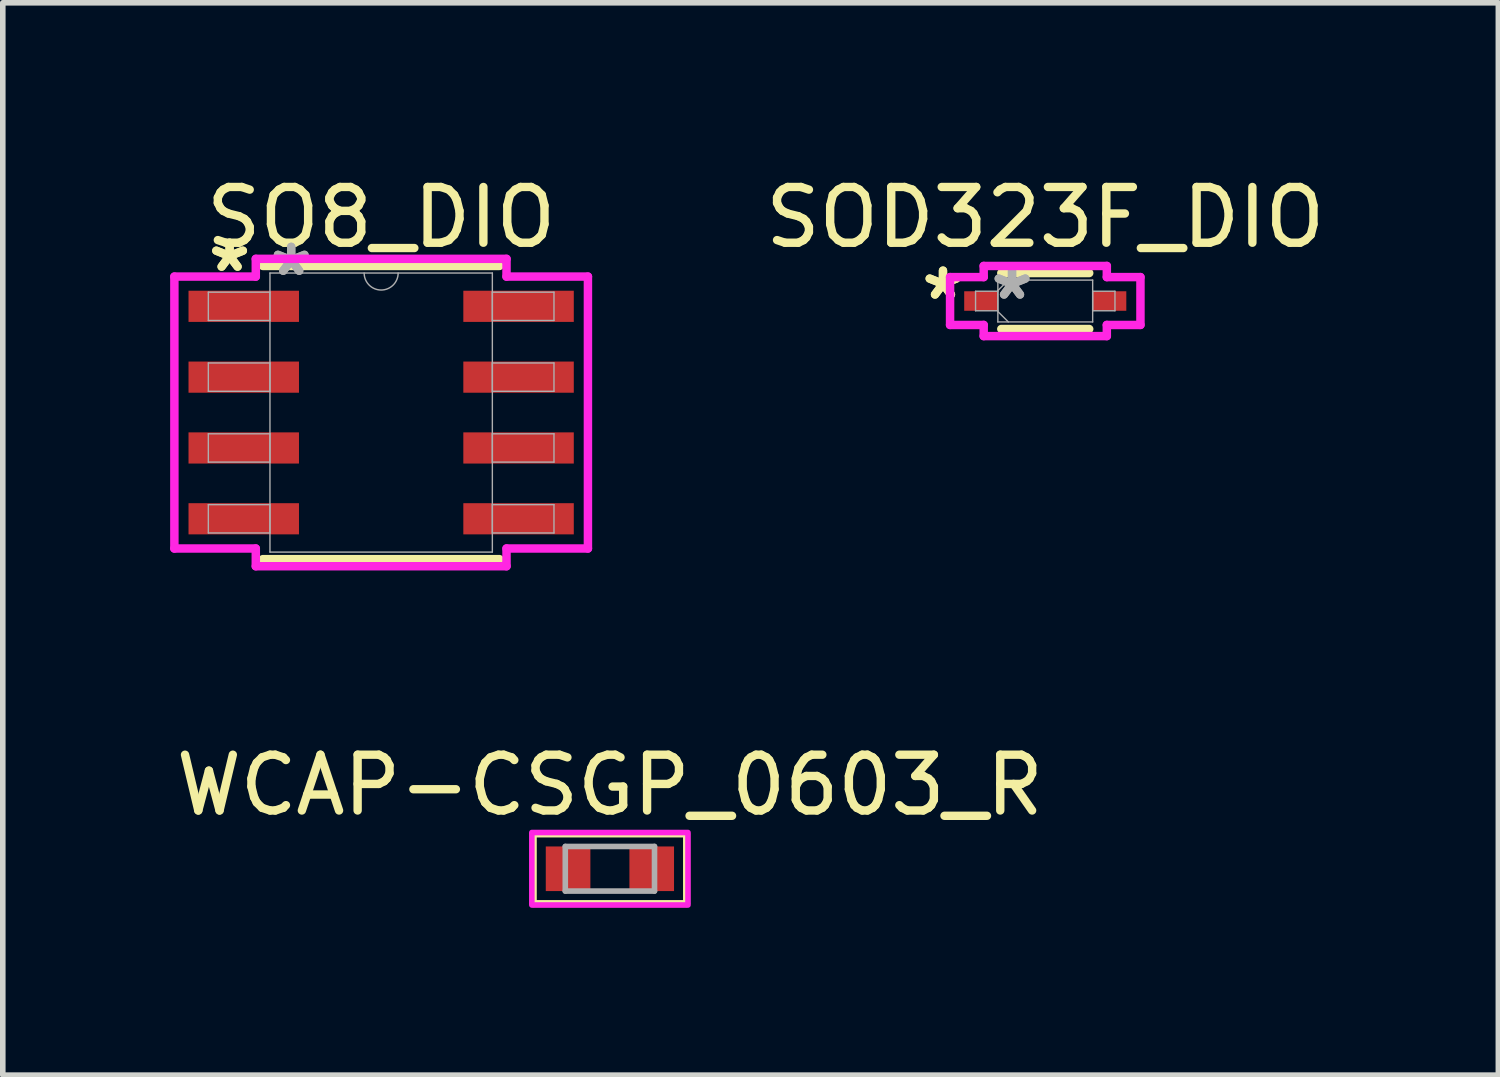
<source format=kicad_pcb>
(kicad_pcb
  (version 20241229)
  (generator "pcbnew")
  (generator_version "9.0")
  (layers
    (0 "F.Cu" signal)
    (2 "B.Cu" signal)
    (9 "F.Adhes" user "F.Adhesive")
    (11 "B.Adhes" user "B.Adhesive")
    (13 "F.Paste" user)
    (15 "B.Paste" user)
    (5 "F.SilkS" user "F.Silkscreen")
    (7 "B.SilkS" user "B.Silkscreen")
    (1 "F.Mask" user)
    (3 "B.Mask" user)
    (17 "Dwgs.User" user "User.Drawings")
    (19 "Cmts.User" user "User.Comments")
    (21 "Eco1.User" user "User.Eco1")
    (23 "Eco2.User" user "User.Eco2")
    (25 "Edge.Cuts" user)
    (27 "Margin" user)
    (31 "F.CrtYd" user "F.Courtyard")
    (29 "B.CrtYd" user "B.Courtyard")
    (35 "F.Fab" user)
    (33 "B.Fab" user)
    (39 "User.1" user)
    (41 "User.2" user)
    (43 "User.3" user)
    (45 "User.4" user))
  (footprint "WCAP-CSGP_0603_R"
    (layer "F.Cu")
    (at 7.887 12.529)
    (property "Reference" "WCAP-CSGP_0603_R" (at 0 -1.5 0) (layer "F.SilkS") (effects (font (size 1 1) (thickness 0.15))))
    (attr smd)
    (fp_line (start -1.375 -0.625) (end 1.375 -0.625) (stroke (width 0.127) (type solid)) (layer "F.SilkS"))
    (fp_line (start -1.375 0.625) (end -1.375 -0.625) (stroke (width 0.127) (type solid)) (layer "F.SilkS"))
    (fp_line (start 1.375 -0.625) (end 1.375 0.625) (stroke (width 0.127) (type solid)) (layer "F.SilkS"))
    (fp_line (start 1.375 0.625) (end -1.375 0.625) (stroke (width 0.127) (type solid)) (layer "F.SilkS"))
    (fp_poly (pts (xy -1.4 -0.65) (xy 1.4 -0.65) (xy 1.4 0.65) (xy -1.4 0.65)) (stroke (width 0.1) (type solid)) (fill no) (layer "F.CrtYd"))
    (fp_line (start -0.8 -0.4) (end -0.8 0.4) (stroke (width 0.1) (type solid)) (layer "F.Fab"))
    (fp_line (start -0.8 -0.4) (end 0.8 -0.4) (stroke (width 0.1) (type solid)) (layer "F.Fab"))
    (fp_line (start -0.8 0.4) (end 0.8 0.4) (stroke (width 0.1) (type solid)) (layer "F.Fab"))
    (fp_line (start 0.8 0.4) (end 0.8 -0.4) (stroke (width 0.1) (type solid)) (layer "F.Fab"))
    (pad "1" smd rect (at -0.75 0) (size 0.8 0.8) (layers "F.Cu" "F.Mask" "F.Paste"))
    (pad "2" smd rect (at 0.75 0) (size 0.8 0.8) (layers "F.Cu" "F.Mask" "F.Paste")))
  (footprint "SOD323F_DIO"
    (layer "F.Cu")
    (at 15.694 2.348)
    (property "Reference" "SOD323F_DIO" (at 0 -1.5 0) (unlocked yes) (layer "F.SilkS") (effects (font (size 1 1) (thickness 0.15))))
    (attr smd)
    (fp_line (start -0.788 0.502) (end 0.788 0.502) (stroke (width 0.152) (type solid)) (layer "F.SilkS"))
    (fp_line (start 0.788 -0.502) (end -0.788 -0.502) (stroke (width 0.152) (type solid)) (layer "F.SilkS"))
    (fp_line (start -1.707 -0.429) (end -1.104 -0.429) (stroke (width 0.152) (type solid)) (layer "F.CrtYd"))
    (fp_line (start -1.707 0.429) (end -1.707 -0.429) (stroke (width 0.152) (type solid)) (layer "F.CrtYd"))
    (fp_line (start -1.104 -0.629) (end 1.104 -0.629) (stroke (width 0.152) (type solid)) (layer "F.CrtYd"))
    (fp_line (start -1.104 -0.429) (end -1.104 -0.629) (stroke (width 0.152) (type solid)) (layer "F.CrtYd"))
    (fp_line (start -1.104 0.429) (end -1.707 0.429) (stroke (width 0.152) (type solid)) (layer "F.CrtYd"))
    (fp_line (start -1.104 0.629) (end -1.104 0.429) (stroke (width 0.152) (type solid)) (layer "F.CrtYd"))
    (fp_line (start 1.104 -0.629) (end 1.104 -0.429) (stroke (width 0.152) (type solid)) (layer "F.CrtYd"))
    (fp_line (start 1.104 -0.429) (end 1.707 -0.429) (stroke (width 0.152) (type solid)) (layer "F.CrtYd"))
    (fp_line (start 1.104 0.429) (end 1.104 0.629) (stroke (width 0.152) (type solid)) (layer "F.CrtYd"))
    (fp_line (start 1.104 0.629) (end -1.104 0.629) (stroke (width 0.152) (type solid)) (layer "F.CrtYd"))
    (fp_line (start 1.707 -0.429) (end 1.707 0.429) (stroke (width 0.152) (type solid)) (layer "F.CrtYd"))
    (fp_line (start 1.707 0.429) (end 1.104 0.429) (stroke (width 0.152) (type solid)) (layer "F.CrtYd"))
    (fp_line (start -1.25 -0.175) (end -1.25 0.175) (stroke (width 0.025) (type solid)) (layer "F.Fab"))
    (fp_line (start -1.25 0.175) (end -0.85 0.175) (stroke (width 0.025) (type solid)) (layer "F.Fab"))
    (fp_line (start -0.85 -0.375) (end -0.85 0.375) (stroke (width 0.025) (type solid)) (layer "F.Fab"))
    (fp_line (start -0.85 -0.188) (end -0.662 -0.375) (stroke (width 0.025) (type solid)) (layer "F.Fab"))
    (fp_line (start -0.85 -0.175) (end -1.25 -0.175) (stroke (width 0.025) (type solid)) (layer "F.Fab"))
    (fp_line (start -0.85 0.175) (end -0.85 -0.175) (stroke (width 0.025) (type solid)) (layer "F.Fab"))
    (fp_line (start -0.85 0.188) (end -0.662 0.375) (stroke (width 0.025) (type solid)) (layer "F.Fab"))
    (fp_line (start -0.85 0.375) (end 0.85 0.375) (stroke (width 0.025) (type solid)) (layer "F.Fab"))
    (fp_line (start 0.85 -0.375) (end -0.85 -0.375) (stroke (width 0.025) (type solid)) (layer "F.Fab"))
    (fp_line (start 0.85 -0.175) (end 0.85 0.175) (stroke (width 0.025) (type solid)) (layer "F.Fab"))
    (fp_line (start 0.85 0.175) (end 1.25 0.175) (stroke (width 0.025) (type solid)) (layer "F.Fab"))
    (fp_line (start 0.85 0.375) (end 0.85 -0.375) (stroke (width 0.025) (type solid)) (layer "F.Fab"))
    (fp_line (start 1.25 -0.175) (end 0.85 -0.175) (stroke (width 0.025) (type solid)) (layer "F.Fab"))
    (fp_line (start 1.25 0.175) (end 1.25 -0.175) (stroke (width 0.025) (type solid)) (layer "F.Fab"))
    (fp_text user "*" (at -1.834 0 0) (layer "F.SilkS") (effects (font (size 1 1) (thickness 0.15))))
    (fp_text user "*" (at -1.834 0 0) (unlocked yes) (layer "F.SilkS") (effects (font (size 1 1) (thickness 0.15))))
    (fp_text user "*" (at -0.596 0 0) (unlocked yes) (layer "F.Fab") (effects (font (size 1 1) (thickness 0.15))))
    (fp_text user "*" (at -0.596 0 0) (layer "F.Fab") (effects (font (size 1 1) (thickness 0.15))))
    (pad "1" smd rect (at -1.152 0) (size 0.603 0.35) (layers "F.Cu" "F.Mask" "F.Paste"))
    (pad "2" smd rect (at 1.152 0) (size 0.603 0.35) (layers "F.Cu" "F.Mask" "F.Paste"))
    (zone (net_name "") (layer "F.Cu") (hatch full 0.508) (connect_pads) (min_thickness 0.254) (filled_areas_thickness no) (keepout (tracks not_allowed) (vias not_allowed) (pads allowed) (copperpour not_allowed) (footprints allowed)) (placement (enabled no)) (fill) (polygon (pts (xy 14.895 2.024) (xy 16.493 2.024) (xy 16.493 2.672) (xy 14.895 2.672)))))
  (footprint "SO8_DIO"
    (layer "F.Cu")
    (at 3.785 4.348)
    (property "Reference" "SO8_DIO" (at 0 -3.5 0) (unlocked yes) (layer "F.SilkS") (effects (font (size 1 1) (thickness 0.15))))
    (attr smd)
    (fp_line (start -2.121 2.629) (end 2.121 2.629) (stroke (width 0.152) (type solid)) (layer "F.SilkS"))
    (fp_line (start 2.121 -2.629) (end -2.121 -2.629) (stroke (width 0.152) (type solid)) (layer "F.SilkS"))
    (fp_line (start -3.708 -2.438) (end -2.248 -2.438) (stroke (width 0.152) (type solid)) (layer "F.CrtYd"))
    (fp_line (start -3.708 2.438) (end -3.708 -2.438) (stroke (width 0.152) (type solid)) (layer "F.CrtYd"))
    (fp_line (start -3.708 2.438) (end -2.248 2.438) (stroke (width 0.152) (type solid)) (layer "F.CrtYd"))
    (fp_line (start -2.248 -2.756) (end 2.248 -2.756) (stroke (width 0.152) (type solid)) (layer "F.CrtYd"))
    (fp_line (start -2.248 -2.438) (end -2.248 -2.756) (stroke (width 0.152) (type solid)) (layer "F.CrtYd"))
    (fp_line (start -2.248 2.756) (end -2.248 2.438) (stroke (width 0.152) (type solid)) (layer "F.CrtYd"))
    (fp_line (start 2.248 -2.756) (end 2.248 -2.438) (stroke (width 0.152) (type solid)) (layer "F.CrtYd"))
    (fp_line (start 2.248 2.438) (end 2.248 2.756) (stroke (width 0.152) (type solid)) (layer "F.CrtYd"))
    (fp_line (start 2.248 2.756) (end -2.248 2.756) (stroke (width 0.152) (type solid)) (layer "F.CrtYd"))
    (fp_line (start 3.708 -2.438) (end 2.248 -2.438) (stroke (width 0.152) (type solid)) (layer "F.CrtYd"))
    (fp_line (start 3.708 -2.438) (end 3.708 2.438) (stroke (width 0.152) (type solid)) (layer "F.CrtYd"))
    (fp_line (start 3.708 2.438) (end 2.248 2.438) (stroke (width 0.152) (type solid)) (layer "F.CrtYd"))
    (fp_line (start -3.099 -2.159) (end -3.099 -1.651) (stroke (width 0.025) (type solid)) (layer "F.Fab"))
    (fp_line (start -3.099 -1.651) (end -1.994 -1.651) (stroke (width 0.025) (type solid)) (layer "F.Fab"))
    (fp_line (start -3.099 -0.889) (end -3.099 -0.381) (stroke (width 0.025) (type solid)) (layer "F.Fab"))
    (fp_line (start -3.099 -0.381) (end -1.994 -0.381) (stroke (width 0.025) (type solid)) (layer "F.Fab"))
    (fp_line (start -3.099 0.381) (end -3.099 0.889) (stroke (width 0.025) (type solid)) (layer "F.Fab"))
    (fp_line (start -3.099 0.889) (end -1.994 0.889) (stroke (width 0.025) (type solid)) (layer "F.Fab"))
    (fp_line (start -3.099 1.651) (end -3.099 2.159) (stroke (width 0.025) (type solid)) (layer "F.Fab"))
    (fp_line (start -3.099 2.159) (end -1.994 2.159) (stroke (width 0.025) (type solid)) (layer "F.Fab"))
    (fp_line (start -1.994 -2.502) (end -1.994 2.502) (stroke (width 0.025) (type solid)) (layer "F.Fab"))
    (fp_line (start -1.994 -2.159) (end -3.099 -2.159) (stroke (width 0.025) (type solid)) (layer "F.Fab"))
    (fp_line (start -1.994 -1.651) (end -1.994 -2.159) (stroke (width 0.025) (type solid)) (layer "F.Fab"))
    (fp_line (start -1.994 -0.889) (end -3.099 -0.889) (stroke (width 0.025) (type solid)) (layer "F.Fab"))
    (fp_line (start -1.994 -0.381) (end -1.994 -0.889) (stroke (width 0.025) (type solid)) (layer "F.Fab"))
    (fp_line (start -1.994 0.381) (end -3.099 0.381) (stroke (width 0.025) (type solid)) (layer "F.Fab"))
    (fp_line (start -1.994 0.889) (end -1.994 0.381) (stroke (width 0.025) (type solid)) (layer "F.Fab"))
    (fp_line (start -1.994 1.651) (end -3.099 1.651) (stroke (width 0.025) (type solid)) (layer "F.Fab"))
    (fp_line (start -1.994 2.159) (end -1.994 1.651) (stroke (width 0.025) (type solid)) (layer "F.Fab"))
    (fp_line (start -1.994 2.502) (end 1.994 2.502) (stroke (width 0.025) (type solid)) (layer "F.Fab"))
    (fp_line (start 1.994 -2.502) (end -1.994 -2.502) (stroke (width 0.025) (type solid)) (layer "F.Fab"))
    (fp_line (start 1.994 -2.159) (end 1.994 -1.651) (stroke (width 0.025) (type solid)) (layer "F.Fab"))
    (fp_line (start 1.994 -1.651) (end 3.099 -1.651) (stroke (width 0.025) (type solid)) (layer "F.Fab"))
    (fp_line (start 1.994 -0.889) (end 1.994 -0.381) (stroke (width 0.025) (type solid)) (layer "F.Fab"))
    (fp_line (start 1.994 -0.381) (end 3.099 -0.381) (stroke (width 0.025) (type solid)) (layer "F.Fab"))
    (fp_line (start 1.994 0.381) (end 1.994 0.889) (stroke (width 0.025) (type solid)) (layer "F.Fab"))
    (fp_line (start 1.994 0.889) (end 3.099 0.889) (stroke (width 0.025) (type solid)) (layer "F.Fab"))
    (fp_line (start 1.994 1.651) (end 1.994 2.159) (stroke (width 0.025) (type solid)) (layer "F.Fab"))
    (fp_line (start 1.994 2.159) (end 3.099 2.159) (stroke (width 0.025) (type solid)) (layer "F.Fab"))
    (fp_line (start 1.994 2.502) (end 1.994 -2.502) (stroke (width 0.025) (type solid)) (layer "F.Fab"))
    (fp_line (start 3.099 -2.159) (end 1.994 -2.159) (stroke (width 0.025) (type solid)) (layer "F.Fab"))
    (fp_line (start 3.099 -1.651) (end 3.099 -2.159) (stroke (width 0.025) (type solid)) (layer "F.Fab"))
    (fp_line (start 3.099 -0.889) (end 1.994 -0.889) (stroke (width 0.025) (type solid)) (layer "F.Fab"))
    (fp_line (start 3.099 -0.381) (end 3.099 -0.889) (stroke (width 0.025) (type solid)) (layer "F.Fab"))
    (fp_line (start 3.099 0.381) (end 1.994 0.381) (stroke (width 0.025) (type solid)) (layer "F.Fab"))
    (fp_line (start 3.099 0.889) (end 3.099 0.381) (stroke (width 0.025) (type solid)) (layer "F.Fab"))
    (fp_line (start 3.099 1.651) (end 1.994 1.651) (stroke (width 0.025) (type solid)) (layer "F.Fab"))
    (fp_line (start 3.099 2.159) (end 3.099 1.651) (stroke (width 0.025) (type solid)) (layer "F.Fab"))
    (fp_arc (start 0.3048 -2.5019) (mid 0 -2.1971) (end -0.3048 -2.5019) (stroke (width 0.0254) (type solid)) (layer "F.Fab"))
    (fp_text user "*" (at -2.718 -2.5 0) (layer "F.SilkS") (effects (font (size 1 1) (thickness 0.15))))
    (fp_text user "*" (at -2.718 -2.5 0) (unlocked yes) (layer "F.SilkS") (effects (font (size 1 1) (thickness 0.15))))
    (fp_text user "*" (at -1.613 -2.426 0) (unlocked yes) (layer "F.Fab") (effects (font (size 1 1) (thickness 0.15))))
    (fp_text user "*" (at -1.613 -2.426 0) (layer "F.Fab") (effects (font (size 1 1) (thickness 0.15))))
    (pad "1" smd rect (at -2.464 -1.905) (size 1.981 0.559) (layers "F.Cu" "F.Mask" "F.Paste"))
    (pad "2" smd rect (at -2.464 -0.635) (size 1.981 0.559) (layers "F.Cu" "F.Mask" "F.Paste"))
    (pad "3" smd rect (at -2.464 0.635) (size 1.981 0.559) (layers "F.Cu" "F.Mask" "F.Paste"))
    (pad "4" smd rect (at -2.464 1.905) (size 1.981 0.559) (layers "F.Cu" "F.Mask" "F.Paste"))
    (pad "5" smd rect (at 2.464 1.905) (size 1.981 0.559) (layers "F.Cu" "F.Mask" "F.Paste"))
    (pad "6" smd rect (at 2.464 0.635) (size 1.981 0.559) (layers "F.Cu" "F.Mask" "F.Paste"))
    (pad "7" smd rect (at 2.464 -0.635) (size 1.981 0.559) (layers "F.Cu" "F.Mask" "F.Paste"))
    (pad "8" smd rect (at 2.464 -1.905) (size 1.981 0.559) (layers "F.Cu" "F.Mask" "F.Paste")))
  (gr_rect
    (start -3 -3)
    (end 23.819 16.229)
    (stroke (width 0.1) (type default))
    (fill no)
    (layer "Edge.Cuts")))
</source>
